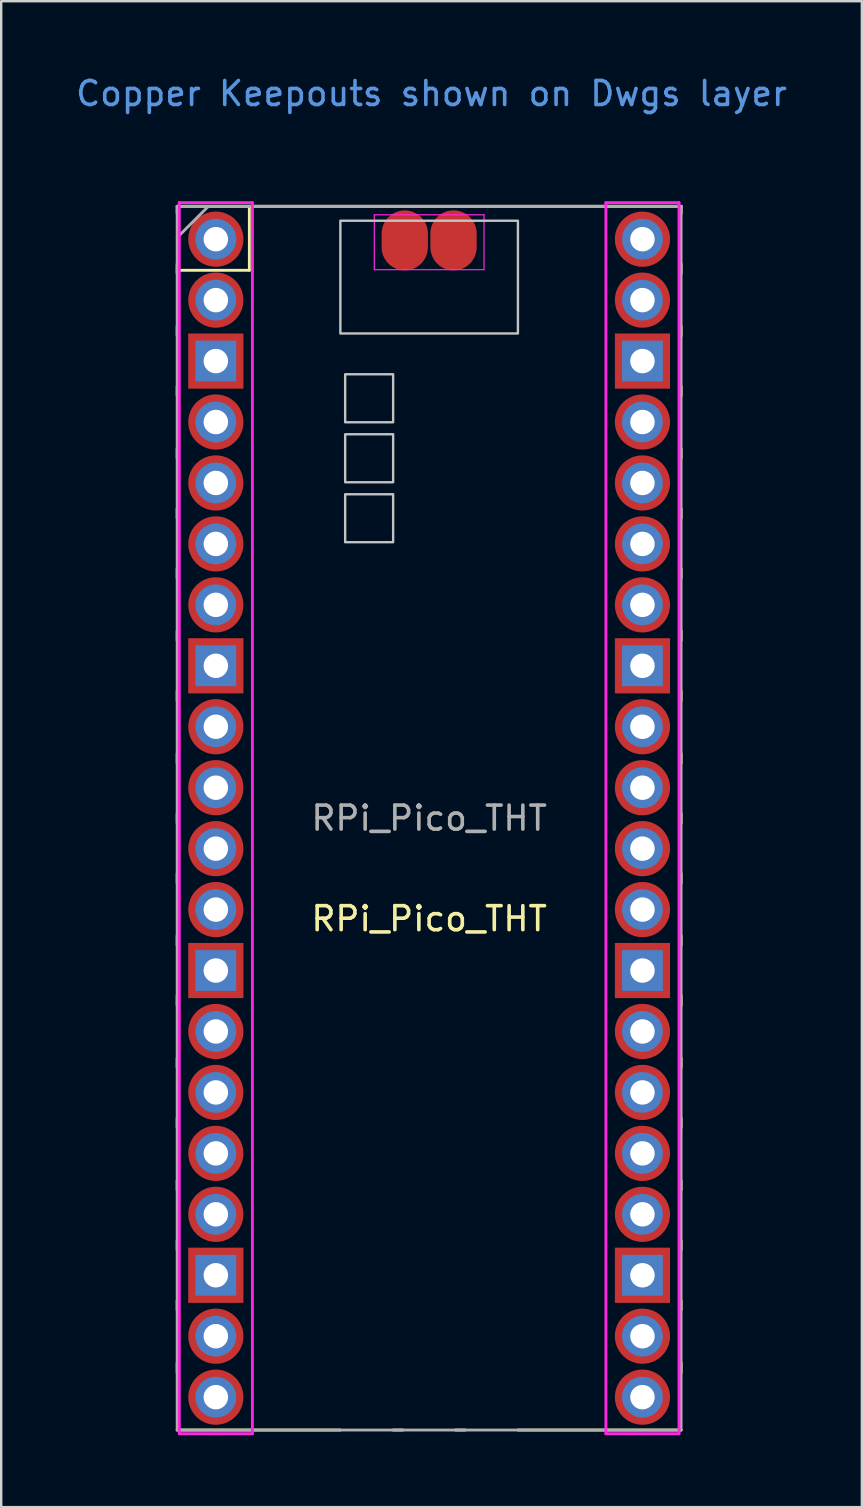
<source format=kicad_pcb>
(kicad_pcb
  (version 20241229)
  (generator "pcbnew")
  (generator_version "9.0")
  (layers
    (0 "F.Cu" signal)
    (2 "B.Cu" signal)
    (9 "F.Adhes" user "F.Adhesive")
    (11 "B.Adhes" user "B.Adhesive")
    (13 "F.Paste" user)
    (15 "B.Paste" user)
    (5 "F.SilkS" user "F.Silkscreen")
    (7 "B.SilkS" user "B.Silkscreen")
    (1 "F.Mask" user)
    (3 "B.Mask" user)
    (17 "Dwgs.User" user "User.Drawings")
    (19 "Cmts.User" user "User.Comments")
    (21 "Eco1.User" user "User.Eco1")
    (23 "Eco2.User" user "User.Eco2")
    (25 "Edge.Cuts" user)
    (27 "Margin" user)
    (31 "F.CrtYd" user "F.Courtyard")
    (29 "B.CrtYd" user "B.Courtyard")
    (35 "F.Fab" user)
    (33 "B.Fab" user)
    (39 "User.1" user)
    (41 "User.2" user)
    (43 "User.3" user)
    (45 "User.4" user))
  (footprint "RPi_Pico_THT"
    (layer "F.Cu")
    (at 14.835 31.048)
    (property "Reference" "RPi_Pico_THT" (at 0 4.191 0) (layer "F.SilkS") (effects (font (size 1 1) (thickness 0.15))))
    (attr through_hole)
    (fp_line (start -10.5 -25.5) (end -10.5 -25.2) (stroke (width 0.12) (type solid)) (layer "F.SilkS"))
    (fp_line (start -10.5 -25.5) (end 10.5 -25.5) (stroke (width 0.12) (type solid)) (layer "F.SilkS"))
    (fp_line (start -10.5 -23.1) (end -10.5 -22.7) (stroke (width 0.12) (type solid)) (layer "F.SilkS"))
    (fp_line (start -10.5 -22.833) (end -7.493 -22.833) (stroke (width 0.12) (type solid)) (layer "F.SilkS"))
    (fp_line (start -10.5 -20.5) (end -10.5 -20.1) (stroke (width 0.12) (type solid)) (layer "F.SilkS"))
    (fp_line (start -10.5 -18) (end -10.5 -17.6) (stroke (width 0.12) (type solid)) (layer "F.SilkS"))
    (fp_line (start -10.5 -15.4) (end -10.5 -15) (stroke (width 0.12) (type solid)) (layer "F.SilkS"))
    (fp_line (start -10.5 -12.9) (end -10.5 -12.5) (stroke (width 0.12) (type solid)) (layer "F.SilkS"))
    (fp_line (start -10.5 -10.4) (end -10.5 -10) (stroke (width 0.12) (type solid)) (layer "F.SilkS"))
    (fp_line (start -10.5 -7.8) (end -10.5 -7.4) (stroke (width 0.12) (type solid)) (layer "F.SilkS"))
    (fp_line (start -10.5 -5.3) (end -10.5 -4.9) (stroke (width 0.12) (type solid)) (layer "F.SilkS"))
    (fp_line (start -10.5 -2.7) (end -10.5 -2.3) (stroke (width 0.12) (type solid)) (layer "F.SilkS"))
    (fp_line (start -10.5 -0.2) (end -10.5 0.2) (stroke (width 0.12) (type solid)) (layer "F.SilkS"))
    (fp_line (start -10.5 2.3) (end -10.5 2.7) (stroke (width 0.12) (type solid)) (layer "F.SilkS"))
    (fp_line (start -10.5 4.9) (end -10.5 5.3) (stroke (width 0.12) (type solid)) (layer "F.SilkS"))
    (fp_line (start -10.5 7.4) (end -10.5 7.8) (stroke (width 0.12) (type solid)) (layer "F.SilkS"))
    (fp_line (start -10.5 10) (end -10.5 10.4) (stroke (width 0.12) (type solid)) (layer "F.SilkS"))
    (fp_line (start -10.5 12.5) (end -10.5 12.9) (stroke (width 0.12) (type solid)) (layer "F.SilkS"))
    (fp_line (start -10.5 15.1) (end -10.5 15.5) (stroke (width 0.12) (type solid)) (layer "F.SilkS"))
    (fp_line (start -10.5 17.6) (end -10.5 18) (stroke (width 0.12) (type solid)) (layer "F.SilkS"))
    (fp_line (start -10.5 20.1) (end -10.5 20.5) (stroke (width 0.12) (type solid)) (layer "F.SilkS"))
    (fp_line (start -10.5 22.7) (end -10.5 23.1) (stroke (width 0.12) (type solid)) (layer "F.SilkS"))
    (fp_line (start -7.493 -22.833) (end -7.493 -25.5) (stroke (width 0.12) (type solid)) (layer "F.SilkS"))
    (fp_line (start -3.7 25.5) (end -10.5 25.5) (stroke (width 0.12) (type solid)) (layer "F.SilkS"))
    (fp_line (start -1.5 25.5) (end -1.1 25.5) (stroke (width 0.12) (type solid)) (layer "F.SilkS"))
    (fp_line (start 1.1 25.5) (end 1.5 25.5) (stroke (width 0.12) (type solid)) (layer "F.SilkS"))
    (fp_line (start 10.5 -25.5) (end 10.5 -25.2) (stroke (width 0.12) (type solid)) (layer "F.SilkS"))
    (fp_line (start 10.5 -23.1) (end 10.5 -22.7) (stroke (width 0.12) (type solid)) (layer "F.SilkS"))
    (fp_line (start 10.5 -20.5) (end 10.5 -20.1) (stroke (width 0.12) (type solid)) (layer "F.SilkS"))
    (fp_line (start 10.5 -18) (end 10.5 -17.6) (stroke (width 0.12) (type solid)) (layer "F.SilkS"))
    (fp_line (start 10.5 -15.4) (end 10.5 -15) (stroke (width 0.12) (type solid)) (layer "F.SilkS"))
    (fp_line (start 10.5 -12.9) (end 10.5 -12.5) (stroke (width 0.12) (type solid)) (layer "F.SilkS"))
    (fp_line (start 10.5 -10.4) (end 10.5 -10) (stroke (width 0.12) (type solid)) (layer "F.SilkS"))
    (fp_line (start 10.5 -7.8) (end 10.5 -7.4) (stroke (width 0.12) (type solid)) (layer "F.SilkS"))
    (fp_line (start 10.5 -5.3) (end 10.5 -4.9) (stroke (width 0.12) (type solid)) (layer "F.SilkS"))
    (fp_line (start 10.5 -2.7) (end 10.5 -2.3) (stroke (width 0.12) (type solid)) (layer "F.SilkS"))
    (fp_line (start 10.5 -0.2) (end 10.5 0.2) (stroke (width 0.12) (type solid)) (layer "F.SilkS"))
    (fp_line (start 10.5 2.3) (end 10.5 2.7) (stroke (width 0.12) (type solid)) (layer "F.SilkS"))
    (fp_line (start 10.5 4.9) (end 10.5 5.3) (stroke (width 0.12) (type solid)) (layer "F.SilkS"))
    (fp_line (start 10.5 7.4) (end 10.5 7.8) (stroke (width 0.12) (type solid)) (layer "F.SilkS"))
    (fp_line (start 10.5 10) (end 10.5 10.4) (stroke (width 0.12) (type solid)) (layer "F.SilkS"))
    (fp_line (start 10.5 12.5) (end 10.5 12.9) (stroke (width 0.12) (type solid)) (layer "F.SilkS"))
    (fp_line (start 10.5 15.1) (end 10.5 15.5) (stroke (width 0.12) (type solid)) (layer "F.SilkS"))
    (fp_line (start 10.5 17.6) (end 10.5 18) (stroke (width 0.12) (type solid)) (layer "F.SilkS"))
    (fp_line (start 10.5 20.1) (end 10.5 20.5) (stroke (width 0.12) (type solid)) (layer "F.SilkS"))
    (fp_line (start 10.5 22.7) (end 10.5 23.1) (stroke (width 0.12) (type solid)) (layer "F.SilkS"))
    (fp_line (start 10.5 25.5) (end 3.7 25.5) (stroke (width 0.12) (type solid)) (layer "F.SilkS"))
    (fp_poly (pts (xy -1.5 -16.5) (xy -3.5 -16.5) (xy -3.5 -18.5) (xy -1.5 -18.5)) (stroke (width 0.1) (type solid)) (fill no) (layer "Dwgs.User"))
    (fp_poly (pts (xy -1.5 -14) (xy -3.5 -14) (xy -3.5 -16) (xy -1.5 -16)) (stroke (width 0.1) (type solid)) (fill no) (layer "Dwgs.User"))
    (fp_poly (pts (xy -1.5 -11.5) (xy -3.5 -11.5) (xy -3.5 -13.5) (xy -1.5 -13.5)) (stroke (width 0.1) (type solid)) (fill no) (layer "Dwgs.User"))
    (fp_poly (pts (xy 3.7 -20.2) (xy -3.7 -20.2) (xy -3.7 -24.9) (xy 3.7 -24.9)) (stroke (width 0.1) (type solid)) (fill no) (layer "Dwgs.User"))
    (fp_line (start -10.414 -25.654) (end -7.366 -25.654) (stroke (width 0.12) (type solid)) (layer "F.CrtYd"))
    (fp_line (start -10.414 25.654) (end -10.414 -25.654) (stroke (width 0.12) (type solid)) (layer "F.CrtYd"))
    (fp_line (start -7.366 -25.654) (end -7.366 25.654) (stroke (width 0.12) (type solid)) (layer "F.CrtYd"))
    (fp_line (start -7.366 25.654) (end -10.414 25.654) (stroke (width 0.12) (type solid)) (layer "F.CrtYd"))
    (fp_line (start -2.286 -25.146) (end 2.286 -25.146) (stroke (width 0.05) (type solid)) (layer "F.CrtYd"))
    (fp_line (start -2.286 -22.86) (end -2.286 -25.146) (stroke (width 0.05) (type solid)) (layer "F.CrtYd"))
    (fp_line (start 2.286 -25.146) (end 2.286 -22.86) (stroke (width 0.05) (type solid)) (layer "F.CrtYd"))
    (fp_line (start 2.286 -22.86) (end -2.286 -22.86) (stroke (width 0.05) (type solid)) (layer "F.CrtYd"))
    (fp_line (start 7.366 -25.654) (end 10.414 -25.654) (stroke (width 0.12) (type solid)) (layer "F.CrtYd"))
    (fp_line (start 7.366 25.654) (end 7.366 -25.654) (stroke (width 0.12) (type solid)) (layer "F.CrtYd"))
    (fp_line (start 10.414 -25.654) (end 10.414 25.654) (stroke (width 0.12) (type solid)) (layer "F.CrtYd"))
    (fp_line (start 10.414 25.654) (end 7.366 25.654) (stroke (width 0.12) (type solid)) (layer "F.CrtYd"))
    (fp_line (start -10.5 -25.5) (end 10.5 -25.5) (stroke (width 0.12) (type solid)) (layer "F.Fab"))
    (fp_line (start -10.5 -24.2) (end -9.2 -25.5) (stroke (width 0.12) (type solid)) (layer "F.Fab"))
    (fp_line (start -10.5 25.5) (end -10.5 -25.5) (stroke (width 0.12) (type solid)) (layer "F.Fab"))
    (fp_line (start 10.5 -25.5) (end 10.5 25.5) (stroke (width 0.12) (type solid)) (layer "F.Fab"))
    (fp_line (start 10.5 25.5) (end -10.5 25.5) (stroke (width 0.12) (type solid)) (layer "F.Fab"))
    (fp_text user "Copper Keepouts shown on Dwgs layer" (at 0.1 -30.2 0) (layer "Cmts.User") (effects (font (size 1 1) (thickness 0.15))))
    (fp_text user "${REFERENCE}" (at 0 0 180) (layer "F.Fab") (effects (font (size 1 1) (thickness 0.15))))
    (pad "1" thru_hole oval (at -8.89 -24.13) (size 1.7 1.7) (drill 1.02) (layers "*.Cu" "*.Mask"))
    (pad "1" smd circle (at -8.89 -24.13) (size 2.3 2.3) (layers "F.Cu" "F.Mask"))
    (pad "2" thru_hole oval (at -8.89 -21.59) (size 1.7 1.7) (drill 1.02) (layers "*.Cu" "*.Mask"))
    (pad "2" smd circle (at -8.89 -21.59) (size 2.3 2.3) (layers "F.Cu" "F.Mask"))
    (pad "3" thru_hole rect (at -8.89 -19.05) (size 1.7 1.7) (drill 1.02) (layers "*.Cu" "*.Mask"))
    (pad "3" smd rect (at -8.89 -19.05) (size 2.3 2.3) (layers "F.Cu" "F.Mask"))
    (pad "4" thru_hole oval (at -8.89 -16.51) (size 1.7 1.7) (drill 1.02) (layers "*.Cu" "*.Mask"))
    (pad "4" smd circle (at -8.89 -16.51) (size 2.3 2.3) (layers "F.Cu" "F.Mask"))
    (pad "5" thru_hole oval (at -8.89 -13.97) (size 1.7 1.7) (drill 1.02) (layers "*.Cu" "*.Mask"))
    (pad "5" smd circle (at -8.89 -13.97) (size 2.3 2.3) (layers "F.Cu" "F.Mask"))
    (pad "6" thru_hole oval (at -8.89 -11.43) (size 1.7 1.7) (drill 1.02) (layers "*.Cu" "*.Mask"))
    (pad "6" smd circle (at -8.89 -11.43) (size 2.3 2.3) (layers "F.Cu" "F.Mask"))
    (pad "7" thru_hole oval (at -8.89 -8.89) (size 1.7 1.7) (drill 1.02) (layers "*.Cu" "*.Mask"))
    (pad "7" smd circle (at -8.89 -8.89) (size 2.3 2.3) (layers "F.Cu" "F.Mask"))
    (pad "8" thru_hole rect (at -8.89 -6.35) (size 1.7 1.7) (drill 1.02) (layers "*.Cu" "*.Mask"))
    (pad "8" smd rect (at -8.89 -6.35) (size 2.3 2.3) (layers "F.Cu" "F.Mask"))
    (pad "9" thru_hole oval (at -8.89 -3.81) (size 1.7 1.7) (drill 1.02) (layers "*.Cu" "*.Mask"))
    (pad "9" smd circle (at -8.89 -3.81) (size 2.3 2.3) (layers "F.Cu" "F.Mask"))
    (pad "10" thru_hole oval (at -8.89 -1.27) (size 1.7 1.7) (drill 1.02) (layers "*.Cu" "*.Mask"))
    (pad "10" smd circle (at -8.89 -1.27) (size 2.3 2.3) (layers "F.Cu" "F.Mask"))
    (pad "11" thru_hole oval (at -8.89 1.27) (size 1.7 1.7) (drill 1.02) (layers "*.Cu" "*.Mask"))
    (pad "11" smd circle (at -8.89 1.27) (size 2.3 2.3) (layers "F.Cu" "F.Mask"))
    (pad "12" thru_hole oval (at -8.89 3.81) (size 1.7 1.7) (drill 1.02) (layers "*.Cu" "*.Mask"))
    (pad "12" smd circle (at -8.89 3.81) (size 2.3 2.3) (layers "F.Cu" "F.Mask"))
    (pad "13" thru_hole rect (at -8.89 6.35) (size 1.7 1.7) (drill 1.02) (layers "*.Cu" "*.Mask"))
    (pad "13" smd rect (at -8.89 6.35) (size 2.3 2.3) (layers "F.Cu" "F.Mask"))
    (pad "14" thru_hole oval (at -8.89 8.89) (size 1.7 1.7) (drill 1.02) (layers "*.Cu" "*.Mask"))
    (pad "14" smd circle (at -8.89 8.89) (size 2.3 2.3) (layers "F.Cu" "F.Mask"))
    (pad "15" thru_hole oval (at -8.89 11.43) (size 1.7 1.7) (drill 1.02) (layers "*.Cu" "*.Mask"))
    (pad "15" smd circle (at -8.89 11.43) (size 2.3 2.3) (layers "F.Cu" "F.Mask"))
    (pad "16" thru_hole oval (at -8.89 13.97) (size 1.7 1.7) (drill 1.02) (layers "*.Cu" "*.Mask"))
    (pad "16" smd circle (at -8.89 13.97) (size 2.3 2.3) (layers "F.Cu" "F.Mask"))
    (pad "17" thru_hole oval (at -8.89 16.51) (size 1.7 1.7) (drill 1.02) (layers "*.Cu" "*.Mask"))
    (pad "17" smd circle (at -8.89 16.51) (size 2.3 2.3) (layers "F.Cu" "F.Mask"))
    (pad "18" thru_hole rect (at -8.89 19.05) (size 1.7 1.7) (drill 1.02) (layers "*.Cu" "*.Mask"))
    (pad "18" smd rect (at -8.89 19.05) (size 2.3 2.3) (layers "F.Cu" "F.Mask"))
    (pad "19" thru_hole oval (at -8.89 21.59) (size 1.7 1.7) (drill 1.02) (layers "*.Cu" "*.Mask"))
    (pad "19" smd circle (at -8.89 21.59) (size 2.3 2.3) (layers "F.Cu" "F.Mask"))
    (pad "20" thru_hole oval (at -8.89 24.13) (size 1.7 1.7) (drill 1.02) (layers "*.Cu" "*.Mask"))
    (pad "20" smd circle (at -8.89 24.13) (size 2.3 2.3) (layers "F.Cu" "F.Mask"))
    (pad "21" thru_hole oval (at 8.89 24.13) (size 1.7 1.7) (drill 1.02) (layers "*.Cu" "*.Mask"))
    (pad "21" smd circle (at 8.89 24.13) (size 2.3 2.3) (layers "F.Cu" "F.Mask"))
    (pad "22" thru_hole oval (at 8.89 21.59) (size 1.7 1.7) (drill 1.02) (layers "*.Cu" "*.Mask"))
    (pad "22" smd circle (at 8.89 21.59) (size 2.3 2.3) (layers "F.Cu" "F.Mask"))
    (pad "23" thru_hole rect (at 8.89 19.05) (size 1.7 1.7) (drill 1.02) (layers "*.Cu" "*.Mask"))
    (pad "23" smd rect (at 8.89 19.05) (size 2.3 2.3) (layers "F.Cu" "F.Mask"))
    (pad "24" thru_hole oval (at 8.89 16.51) (size 1.7 1.7) (drill 1.02) (layers "*.Cu" "*.Mask"))
    (pad "24" smd circle (at 8.89 16.51) (size 2.3 2.3) (layers "F.Cu" "F.Mask"))
    (pad "25" thru_hole oval (at 8.89 13.97) (size 1.7 1.7) (drill 1.02) (layers "*.Cu" "*.Mask"))
    (pad "25" smd circle (at 8.89 13.97) (size 2.3 2.3) (layers "F.Cu" "F.Mask"))
    (pad "26" thru_hole oval (at 8.89 11.43) (size 1.7 1.7) (drill 1.02) (layers "*.Cu" "*.Mask"))
    (pad "26" smd circle (at 8.89 11.43) (size 2.3 2.3) (layers "F.Cu" "F.Mask"))
    (pad "27" thru_hole oval (at 8.89 8.89) (size 1.7 1.7) (drill 1.02) (layers "*.Cu" "*.Mask"))
    (pad "27" smd circle (at 8.89 8.89) (size 2.3 2.3) (layers "F.Cu" "F.Mask"))
    (pad "28" thru_hole rect (at 8.89 6.35) (size 1.7 1.7) (drill 1.02) (layers "*.Cu" "*.Mask"))
    (pad "28" smd rect (at 8.89 6.35) (size 2.3 2.3) (layers "F.Cu" "F.Mask"))
    (pad "29" thru_hole oval (at 8.89 3.81) (size 1.7 1.7) (drill 1.02) (layers "*.Cu" "*.Mask"))
    (pad "29" smd circle (at 8.89 3.81) (size 2.3 2.3) (layers "F.Cu" "F.Mask"))
    (pad "30" thru_hole oval (at 8.89 1.27) (size 1.7 1.7) (drill 1.02) (layers "*.Cu" "*.Mask"))
    (pad "30" smd circle (at 8.89 1.27) (size 2.3 2.3) (layers "F.Cu" "F.Mask"))
    (pad "31" thru_hole oval (at 8.89 -1.27) (size 1.7 1.7) (drill 1.02) (layers "*.Cu" "*.Mask"))
    (pad "31" smd circle (at 8.89 -1.27) (size 2.3 2.3) (layers "F.Cu" "F.Mask"))
    (pad "32" thru_hole oval (at 8.89 -3.81) (size 1.7 1.7) (drill 1.02) (layers "*.Cu" "*.Mask"))
    (pad "32" smd circle (at 8.89 -3.81) (size 2.3 2.3) (layers "F.Cu" "F.Mask"))
    (pad "33" thru_hole rect (at 8.89 -6.35) (size 1.7 1.7) (drill 1.02) (layers "*.Cu" "*.Mask"))
    (pad "33" smd rect (at 8.89 -6.35) (size 2.3 2.3) (layers "F.Cu" "F.Mask"))
    (pad "34" thru_hole oval (at 8.89 -8.89) (size 1.7 1.7) (drill 1.02) (layers "*.Cu" "*.Mask"))
    (pad "34" smd circle (at 8.89 -8.89) (size 2.3 2.3) (layers "F.Cu" "F.Mask"))
    (pad "35" thru_hole oval (at 8.89 -11.43) (size 1.7 1.7) (drill 1.02) (layers "*.Cu" "*.Mask"))
    (pad "35" smd circle (at 8.89 -11.43) (size 2.3 2.3) (layers "F.Cu" "F.Mask"))
    (pad "36" thru_hole oval (at 8.89 -13.97) (size 1.7 1.7) (drill 1.02) (layers "*.Cu" "*.Mask"))
    (pad "36" smd circle (at 8.89 -13.97) (size 2.3 2.3) (layers "F.Cu" "F.Mask"))
    (pad "37" thru_hole oval (at 8.89 -16.51) (size 1.7 1.7) (drill 1.02) (layers "*.Cu" "*.Mask"))
    (pad "37" smd circle (at 8.89 -16.51) (size 2.3 2.3) (layers "F.Cu" "F.Mask"))
    (pad "38" thru_hole rect (at 8.89 -19.05) (size 1.7 1.7) (drill 1.02) (layers "*.Cu" "*.Mask"))
    (pad "38" smd rect (at 8.89 -19.05) (size 2.3 2.3) (layers "F.Cu" "F.Mask"))
    (pad "39" thru_hole oval (at 8.89 -21.59) (size 1.7 1.7) (drill 1.02) (layers "*.Cu" "*.Mask"))
    (pad "39" smd circle (at 8.89 -21.59) (size 2.3 2.3) (layers "F.Cu" "F.Mask"))
    (pad "40" thru_hole oval (at 8.89 -24.13) (size 1.7 1.7) (drill 1.02) (layers "*.Cu" "*.Mask"))
    (pad "40" smd circle (at 8.89 -24.13) (size 2.3 2.3) (layers "F.Cu" "F.Mask"))
    (pad "41" smd oval (at -1.016 -24.08) (size 1.93 2.5) (layers "F.Cu" "F.Mask" "F.Paste"))
    (pad "42" smd oval (at 1.016 -24.08) (size 1.93 2.5) (layers "F.Cu" "F.Mask" "F.Paste")))
  (gr_rect
    (start -3 -3)
    (end 32.869 59.762)
    (stroke (width 0.1) (type default))
    (fill no)
    (layer "Edge.Cuts")))
</source>
